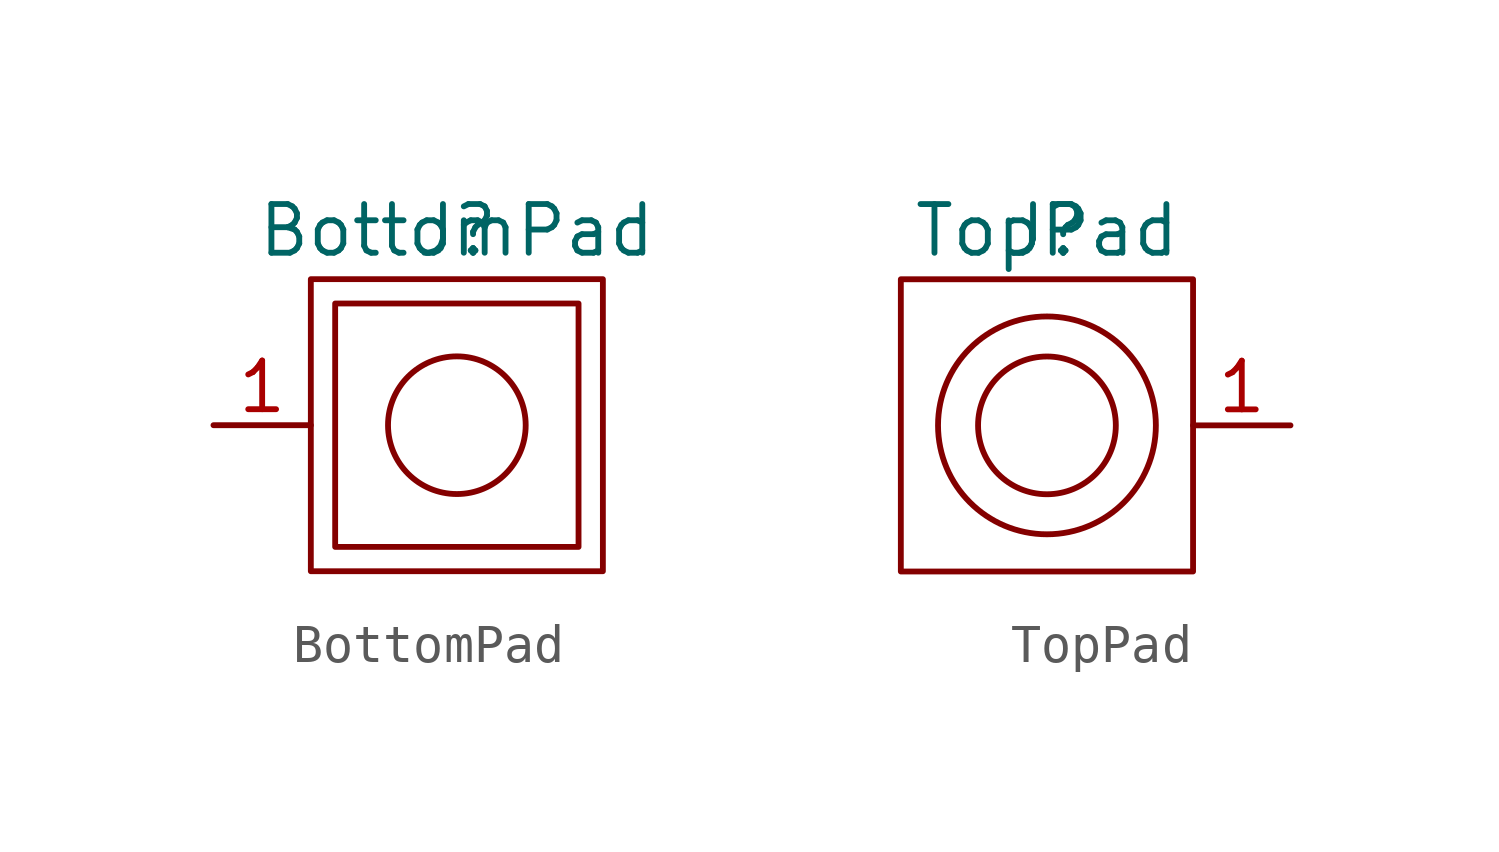
<source format=kicad_sym>
(kicad_symbol_lib
  (version 20211014)
  (generator kicad_symbol_editor)
  (symbol "BottomPad"
    (property "Reference" "J"
      (at 0 0 0)
      (effects (font (size 1.27 1.27))))
    (property "Value" "BottomPad"
      (at 0 0 0)
      (effects (font (size 1.27 1.27))))
    (symbol "BottomPad_0_1"
      (rectangle (start -3.81 -1.27) (end 3.81 -8.89) (stroke (width 0.152) (type default) (color 0 0 0 0)) (fill (type none)))
      (rectangle (start -3.175 -1.905) (end 3.175 -8.255) (stroke (width 0.152) (type default) (color 0 0 0 0)) (fill (type none)))
      (circle (center 0 -5.08) (radius 1.796) (stroke (width 0.152) (type default) (color 0 0 0 0)) (fill (type none))))
    (symbol "BottomPad_1_1"
      (pin power_in line (at -6.35 -5.08 0) (length 2.54) (name "" (effects (font (size 1.27 1.27)))) (number "1" (effects (font (size 1.27 1.27)))))))
  (symbol "TopPad"
    (property "Reference" "J"
      (at 0 0 0)
      (effects (font (size 1.27 1.27))))
    (property "Value" "TopPad"
      (at 0 0 0)
      (effects (font (size 1.27 1.27))))
    (symbol "TopPad_0_1"
      (rectangle (start -3.81 -1.27) (end 3.81 -8.89) (stroke (width 0.152) (type default) (color 0 0 0 0)) (fill (type none)))
      (circle (center 0 -5.08) (radius 1.796) (stroke (width 0.152) (type default) (color 0 0 0 0)) (fill (type none)))
      (circle (center 0 -5.08) (radius 2.84) (stroke (width 0.152) (type default) (color 0 0 0 0)) (fill (type none))))
    (symbol "TopPad_1_1"
      (pin power_in line (at 6.35 -5.08 180) (length 2.54) (name "" (effects (font (size 1.27 1.27)))) (number "1" (effects (font (size 1.27 1.27))))))))
</source>
